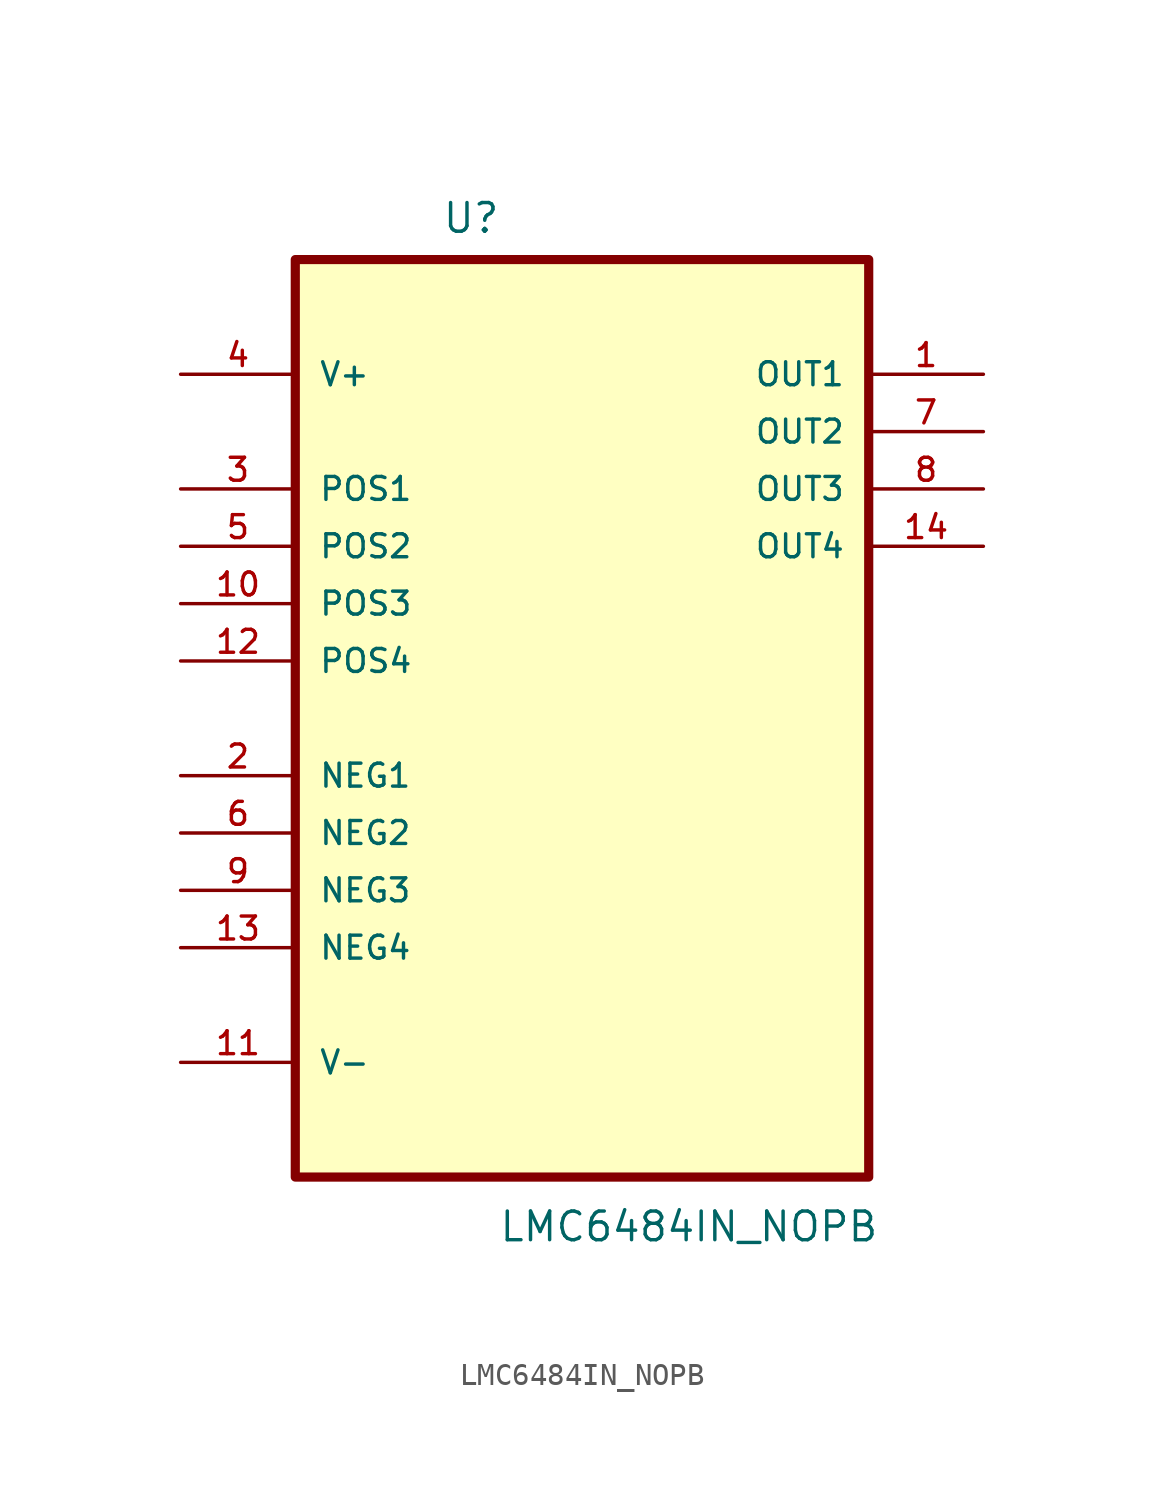
<source format=kicad_sym>
(kicad_symbol_lib
  (version 20211014)
  (generator kicad_symbol_editor)
  (symbol "LMC6484IN_NOPB"
    (pin_names
      (offset 1.016))
    (property "Reference" "U"
      (at -6.223 18.873 0.0)
      (effects (font (size 1.27 1.27)) (justify bottom left)))
    (property "Value" "LMC6484IN_NOPB"
      (at -3.711 -25.798 0.0)
      (effects (font (size 1.27 1.27)) (justify bottom left)))
    (symbol "LMC6484IN_NOPB_0_0"
      (rectangle (start -12.7 -22.86) (end 12.7 17.78) (stroke (width 0.406)) (fill (type background)))
      (pin power_in line (at -17.78 12.7 0) (length 5.08) (name "V+" (effects (font (size 1.016 1.016)))) (number "4" (effects (font (size 1.016 1.016)))))
      (pin input line (at -17.78 7.62 0) (length 5.08) (name "POS1" (effects (font (size 1.016 1.016)))) (number "3" (effects (font (size 1.016 1.016)))))
      (pin input line (at -17.78 5.08 0) (length 5.08) (name "POS2" (effects (font (size 1.016 1.016)))) (number "5" (effects (font (size 1.016 1.016)))))
      (pin input line (at -17.78 2.54 0) (length 5.08) (name "POS3" (effects (font (size 1.016 1.016)))) (number "10" (effects (font (size 1.016 1.016)))))
      (pin input line (at -17.78 0.0 0) (length 5.08) (name "POS4" (effects (font (size 1.016 1.016)))) (number "12" (effects (font (size 1.016 1.016)))))
      (pin input line (at -17.78 -5.08 0) (length 5.08) (name "NEG1" (effects (font (size 1.016 1.016)))) (number "2" (effects (font (size 1.016 1.016)))))
      (pin input line (at -17.78 -7.62 0) (length 5.08) (name "NEG2" (effects (font (size 1.016 1.016)))) (number "6" (effects (font (size 1.016 1.016)))))
      (pin input line (at -17.78 -10.16 0) (length 5.08) (name "NEG3" (effects (font (size 1.016 1.016)))) (number "9" (effects (font (size 1.016 1.016)))))
      (pin input line (at -17.78 -12.7 0) (length 5.08) (name "NEG4" (effects (font (size 1.016 1.016)))) (number "13" (effects (font (size 1.016 1.016)))))
      (pin power_in line (at -17.78 -17.78 0) (length 5.08) (name "V-" (effects (font (size 1.016 1.016)))) (number "11" (effects (font (size 1.016 1.016)))))
      (pin output line (at 17.78 12.7 180.0) (length 5.08) (name "OUT1" (effects (font (size 1.016 1.016)))) (number "1" (effects (font (size 1.016 1.016)))))
      (pin output line (at 17.78 10.16 180.0) (length 5.08) (name "OUT2" (effects (font (size 1.016 1.016)))) (number "7" (effects (font (size 1.016 1.016)))))
      (pin output line (at 17.78 7.62 180.0) (length 5.08) (name "OUT3" (effects (font (size 1.016 1.016)))) (number "8" (effects (font (size 1.016 1.016)))))
      (pin output line (at 17.78 5.08 180.0) (length 5.08) (name "OUT4" (effects (font (size 1.016 1.016)))) (number "14" (effects (font (size 1.016 1.016))))))))
</source>
